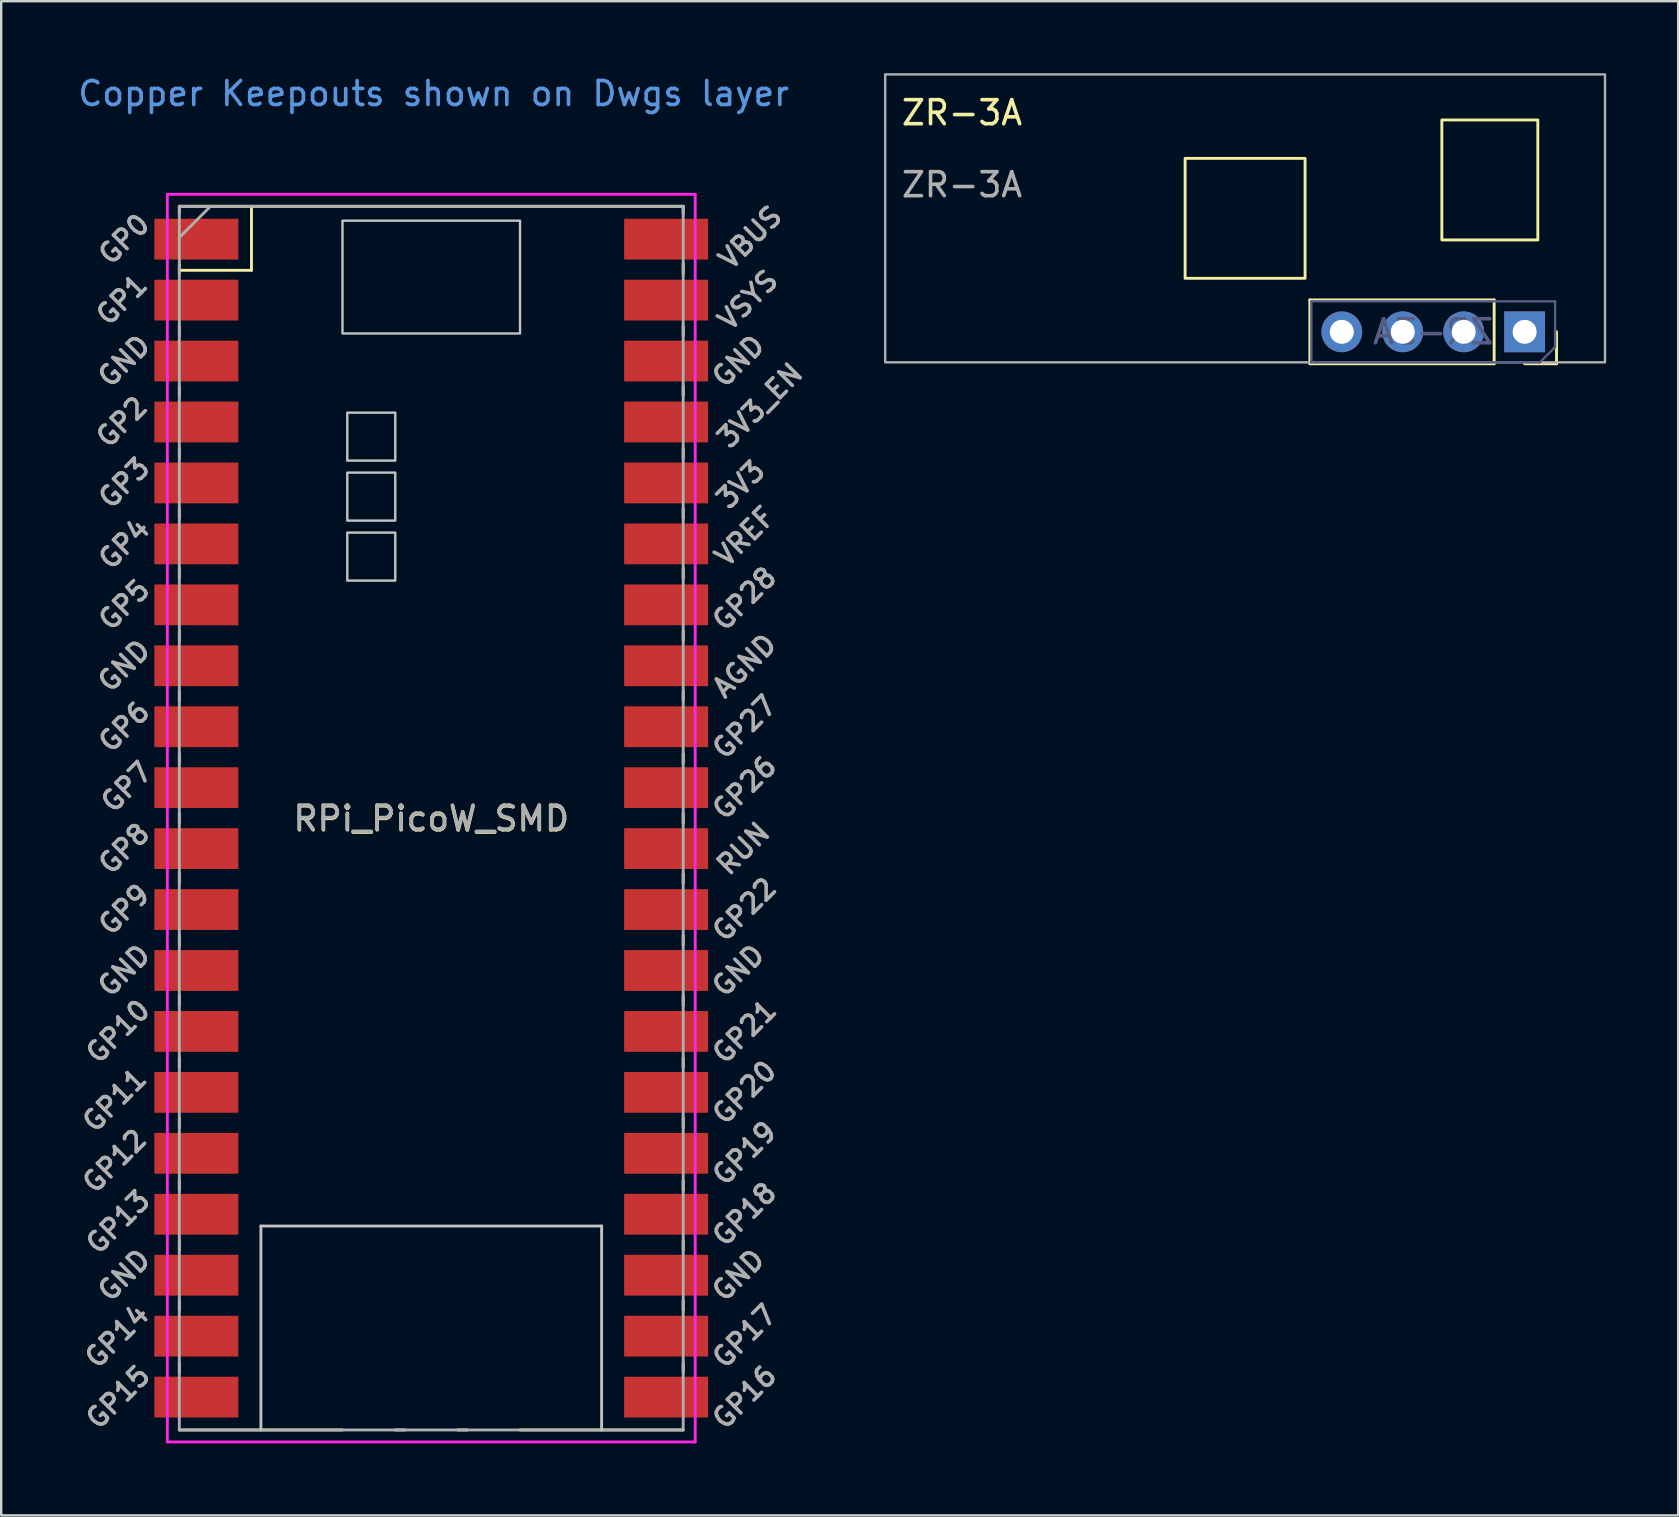
<source format=kicad_pcb>
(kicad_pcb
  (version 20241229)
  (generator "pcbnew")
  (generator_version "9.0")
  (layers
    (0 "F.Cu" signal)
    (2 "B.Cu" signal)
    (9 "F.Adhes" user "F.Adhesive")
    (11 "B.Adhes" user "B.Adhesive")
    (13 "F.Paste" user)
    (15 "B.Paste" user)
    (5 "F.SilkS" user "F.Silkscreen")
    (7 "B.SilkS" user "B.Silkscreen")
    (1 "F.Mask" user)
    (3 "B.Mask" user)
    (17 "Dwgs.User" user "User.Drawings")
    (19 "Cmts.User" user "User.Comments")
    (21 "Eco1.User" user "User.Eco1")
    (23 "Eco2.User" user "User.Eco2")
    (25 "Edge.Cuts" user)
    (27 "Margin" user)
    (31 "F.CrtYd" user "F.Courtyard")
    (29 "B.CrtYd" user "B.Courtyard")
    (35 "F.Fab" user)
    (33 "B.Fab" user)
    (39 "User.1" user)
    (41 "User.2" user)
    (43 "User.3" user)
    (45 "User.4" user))
  (footprint "ZR-3A"
    (layer "F.Cu")
    (at 48.843 6.05)
    (property "Reference" "ZR-3A" (at -11.8 -4.4 0) (unlocked yes) (layer "F.SilkS") (effects (font (size 1 1) (thickness 0.15))))
    (attr through_hole)
    (fp_line (start 2.7 6.06) (end 2.7 3.4) (stroke (width 0.12) (type solid)) (layer "F.SilkS"))
    (fp_line (start 10.38 3.4) (end 2.7 3.4) (stroke (width 0.12) (type solid)) (layer "F.SilkS"))
    (fp_line (start 10.38 6.06) (end 2.7 6.06) (stroke (width 0.12) (type solid)) (layer "F.SilkS"))
    (fp_line (start 10.38 6.06) (end 10.38 3.4) (stroke (width 0.12) (type solid)) (layer "F.SilkS"))
    (fp_line (start 11.65 6.06) (end 12.98 6.06) (stroke (width 0.12) (type solid)) (layer "F.SilkS"))
    (fp_line (start 12.98 6.06) (end 12.98 4.73) (stroke (width 0.12) (type solid)) (layer "F.SilkS"))
    (fp_rect (start -2.5 -2.5) (end 2.5 2.5) (stroke (width 0.12) (type solid)) (fill no) (layer "F.SilkS"))
    (fp_rect (start 8.2 -4.1) (end 12.2 0.9) (stroke (width 0.12) (type solid)) (fill no) (layer "F.SilkS"))
    (fp_line (start 2.76 3.46) (end 2.76 6) (stroke (width 0.1) (type solid)) (layer "B.Fab"))
    (fp_line (start 2.76 6) (end 12.285 6) (stroke (width 0.1) (type solid)) (layer "B.Fab"))
    (fp_line (start 12.285 6) (end 12.92 5.365) (stroke (width 0.1) (type solid)) (layer "B.Fab"))
    (fp_line (start 12.92 3.46) (end 2.76 3.46) (stroke (width 0.1) (type solid)) (layer "B.Fab"))
    (fp_line (start 12.92 5.365) (end 12.92 3.46) (stroke (width 0.1) (type solid)) (layer "B.Fab"))
    (fp_rect (start -15 -6) (end 15 6) (stroke (width 0.1) (type solid)) (fill no) (layer "F.Fab"))
    (fp_text user "${REFERENCE}" (at 7.84 4.73 180) (layer "B.Fab") (effects (font (size 1 1) (thickness 0.15)) (justify mirror)))
    (fp_text user "${REFERENCE}" (at -11.8 -1.4 0) (unlocked yes) (layer "F.Fab") (effects (font (size 1 1) (thickness 0.15))))
    (pad "1" thru_hole rect (at 11.65 4.73 270) (size 1.7 1.7) (drill 1) (layers "*.Cu" "*.Mask"))
    (pad "2" thru_hole oval (at 9.11 4.73 270) (size 1.7 1.7) (drill 1) (layers "*.Cu" "*.Mask"))
    (pad "3" thru_hole oval (at 6.57 4.73 270) (size 1.7 1.7) (drill 1) (layers "*.Cu" "*.Mask"))
    (pad "4" thru_hole oval (at 4.03 4.73 270) (size 1.7 1.7) (drill 1) (layers "*.Cu" "*.Mask"))
    (zone (net_name "") (layers "F.Cu" "B.Cu" "F.SilkS") (hatch edge 0.508) (connect_pads) (min_thickness 0.254) (filled_areas_thickness no) (keepout (tracks not_allowed) (vias not_allowed) (pads not_allowed) (copperpour not_allowed) (footprints not_allowed)) (placement (enabled no)) (fill) (polygon (pts (xy 63.843 12.05) (xy 61.943 12.05) (xy 61.943 9.45) (xy 51.343 9.45) (xy 51.343 12.05) (xy 33.843 12.05) (xy 33.843 0.05) (xy 63.843 0.05)))))
  (footprint "RPi_PicoW_SMD"
    (layer "F.Cu")
    (at 14.928 31.578)
    (property "Reference" "RPi_PicoW_SMD" (at 0 -0.5 0) (unlocked yes) (layer "F.SilkS") (effects (font (size 1 1) (thickness 0.15))))
    (attr smd)
    (fp_line (start -10.504 -26.03) (end -10.504 -25.73) (stroke (width 0.12) (type solid)) (layer "F.SilkS"))
    (fp_line (start -10.504 -26.03) (end 10.496 -26.03) (stroke (width 0.12) (type solid)) (layer "F.SilkS"))
    (fp_line (start -10.504 -23.63) (end -10.504 -23.23) (stroke (width 0.12) (type solid)) (layer "F.SilkS"))
    (fp_line (start -10.504 -23.363) (end -7.497 -23.363) (stroke (width 0.12) (type solid)) (layer "F.SilkS"))
    (fp_line (start -10.504 -21.03) (end -10.504 -20.63) (stroke (width 0.12) (type solid)) (layer "F.SilkS"))
    (fp_line (start -10.504 -18.53) (end -10.504 -18.13) (stroke (width 0.12) (type solid)) (layer "F.SilkS"))
    (fp_line (start -10.504 -15.93) (end -10.504 -15.53) (stroke (width 0.12) (type solid)) (layer "F.SilkS"))
    (fp_line (start -10.504 -13.43) (end -10.504 -13.03) (stroke (width 0.12) (type solid)) (layer "F.SilkS"))
    (fp_line (start -10.504 -10.93) (end -10.504 -10.53) (stroke (width 0.12) (type solid)) (layer "F.SilkS"))
    (fp_line (start -10.504 -8.33) (end -10.504 -7.93) (stroke (width 0.12) (type solid)) (layer "F.SilkS"))
    (fp_line (start -10.504 -5.83) (end -10.504 -5.43) (stroke (width 0.12) (type solid)) (layer "F.SilkS"))
    (fp_line (start -10.504 -3.23) (end -10.504 -2.83) (stroke (width 0.12) (type solid)) (layer "F.SilkS"))
    (fp_line (start -10.504 -0.73) (end -10.504 -0.33) (stroke (width 0.12) (type solid)) (layer "F.SilkS"))
    (fp_line (start -10.504 1.77) (end -10.504 2.17) (stroke (width 0.12) (type solid)) (layer "F.SilkS"))
    (fp_line (start -10.504 4.37) (end -10.504 4.77) (stroke (width 0.12) (type solid)) (layer "F.SilkS"))
    (fp_line (start -10.504 6.87) (end -10.504 7.27) (stroke (width 0.12) (type solid)) (layer "F.SilkS"))
    (fp_line (start -10.504 9.47) (end -10.504 9.87) (stroke (width 0.12) (type solid)) (layer "F.SilkS"))
    (fp_line (start -10.504 11.97) (end -10.504 12.37) (stroke (width 0.12) (type solid)) (layer "F.SilkS"))
    (fp_line (start -10.504 14.57) (end -10.504 14.97) (stroke (width 0.12) (type solid)) (layer "F.SilkS"))
    (fp_line (start -10.504 17.07) (end -10.504 17.47) (stroke (width 0.12) (type solid)) (layer "F.SilkS"))
    (fp_line (start -10.504 19.57) (end -10.504 19.97) (stroke (width 0.12) (type solid)) (layer "F.SilkS"))
    (fp_line (start -10.504 22.17) (end -10.504 22.57) (stroke (width 0.12) (type solid)) (layer "F.SilkS"))
    (fp_line (start -7.497 -23.363) (end -7.497 -26.03) (stroke (width 0.12) (type solid)) (layer "F.SilkS"))
    (fp_line (start -3.704 24.97) (end -10.504 24.97) (stroke (width 0.12) (type solid)) (layer "F.SilkS"))
    (fp_line (start -1.504 24.97) (end -1.104 24.97) (stroke (width 0.12) (type solid)) (layer "F.SilkS"))
    (fp_line (start 1.096 24.97) (end 1.496 24.97) (stroke (width 0.12) (type solid)) (layer "F.SilkS"))
    (fp_line (start 10.496 -26.03) (end 10.496 -25.73) (stroke (width 0.12) (type solid)) (layer "F.SilkS"))
    (fp_line (start 10.496 -23.63) (end 10.496 -23.23) (stroke (width 0.12) (type solid)) (layer "F.SilkS"))
    (fp_line (start 10.496 -21.03) (end 10.496 -20.63) (stroke (width 0.12) (type solid)) (layer "F.SilkS"))
    (fp_line (start 10.496 -18.53) (end 10.496 -18.13) (stroke (width 0.12) (type solid)) (layer "F.SilkS"))
    (fp_line (start 10.496 -15.93) (end 10.496 -15.53) (stroke (width 0.12) (type solid)) (layer "F.SilkS"))
    (fp_line (start 10.496 -13.43) (end 10.496 -13.03) (stroke (width 0.12) (type solid)) (layer "F.SilkS"))
    (fp_line (start 10.496 -10.93) (end 10.496 -10.53) (stroke (width 0.12) (type solid)) (layer "F.SilkS"))
    (fp_line (start 10.496 -8.33) (end 10.496 -7.93) (stroke (width 0.12) (type solid)) (layer "F.SilkS"))
    (fp_line (start 10.496 -5.83) (end 10.496 -5.43) (stroke (width 0.12) (type solid)) (layer "F.SilkS"))
    (fp_line (start 10.496 -3.23) (end 10.496 -2.83) (stroke (width 0.12) (type solid)) (layer "F.SilkS"))
    (fp_line (start 10.496 -0.73) (end 10.496 -0.33) (stroke (width 0.12) (type solid)) (layer "F.SilkS"))
    (fp_line (start 10.496 1.77) (end 10.496 2.17) (stroke (width 0.12) (type solid)) (layer "F.SilkS"))
    (fp_line (start 10.496 4.37) (end 10.496 4.77) (stroke (width 0.12) (type solid)) (layer "F.SilkS"))
    (fp_line (start 10.496 6.87) (end 10.496 7.27) (stroke (width 0.12) (type solid)) (layer "F.SilkS"))
    (fp_line (start 10.496 9.47) (end 10.496 9.87) (stroke (width 0.12) (type solid)) (layer "F.SilkS"))
    (fp_line (start 10.496 11.97) (end 10.496 12.37) (stroke (width 0.12) (type solid)) (layer "F.SilkS"))
    (fp_line (start 10.496 14.57) (end 10.496 14.97) (stroke (width 0.12) (type solid)) (layer "F.SilkS"))
    (fp_line (start 10.496 17.07) (end 10.496 17.47) (stroke (width 0.12) (type solid)) (layer "F.SilkS"))
    (fp_line (start 10.496 19.57) (end 10.496 19.97) (stroke (width 0.12) (type solid)) (layer "F.SilkS"))
    (fp_line (start 10.496 22.17) (end 10.496 22.57) (stroke (width 0.12) (type solid)) (layer "F.SilkS"))
    (fp_line (start 10.496 24.97) (end 3.696 24.97) (stroke (width 0.12) (type solid)) (layer "F.SilkS"))
    (fp_line (start -7.104 16.47) (end 7.096 16.47) (stroke (width 0.12) (type solid)) (layer "Dwgs.User"))
    (fp_line (start -7.104 24.97) (end -7.104 16.47) (stroke (width 0.12) (type solid)) (layer "Dwgs.User"))
    (fp_line (start 7.096 16.47) (end 7.096 24.97) (stroke (width 0.12) (type solid)) (layer "Dwgs.User"))
    (fp_poly (pts (xy -1.504 -15.43) (xy -3.504 -15.43) (xy -3.504 -17.43) (xy -1.504 -17.43)) (stroke (width 0.1) (type solid)) (fill no) (layer "Dwgs.User"))
    (fp_poly (pts (xy -1.504 -12.93) (xy -3.504 -12.93) (xy -3.504 -14.93) (xy -1.504 -14.93)) (stroke (width 0.1) (type solid)) (fill no) (layer "Dwgs.User"))
    (fp_poly (pts (xy -1.504 -10.43) (xy -3.504 -10.43) (xy -3.504 -12.43) (xy -1.504 -12.43)) (stroke (width 0.1) (type solid)) (fill no) (layer "Dwgs.User"))
    (fp_poly (pts (xy 3.696 -20.73) (xy -3.704 -20.73) (xy -3.704 -25.43) (xy 3.696 -25.43)) (stroke (width 0.1) (type solid)) (fill no) (layer "Dwgs.User"))
    (fp_line (start -11.004 -26.53) (end 10.996 -26.53) (stroke (width 0.12) (type solid)) (layer "F.CrtYd"))
    (fp_line (start -11.004 25.47) (end -11.004 -26.53) (stroke (width 0.12) (type solid)) (layer "F.CrtYd"))
    (fp_line (start 10.996 -26.53) (end 10.996 25.47) (stroke (width 0.12) (type solid)) (layer "F.CrtYd"))
    (fp_line (start 10.996 25.47) (end -11.004 25.47) (stroke (width 0.12) (type solid)) (layer "F.CrtYd"))
    (fp_line (start -10.504 -26.03) (end 10.496 -26.03) (stroke (width 0.12) (type solid)) (layer "F.Fab"))
    (fp_line (start -10.504 -24.73) (end -9.204 -26.03) (stroke (width 0.12) (type solid)) (layer "F.Fab"))
    (fp_line (start -10.504 24.97) (end -10.504 -26.03) (stroke (width 0.12) (type solid)) (layer "F.Fab"))
    (fp_line (start 10.496 -26.03) (end 10.496 24.97) (stroke (width 0.12) (type solid)) (layer "F.Fab"))
    (fp_line (start 10.496 24.97) (end -10.504 24.97) (stroke (width 0.12) (type solid)) (layer "F.Fab"))
    (fp_text user "Copper Keepouts shown on Dwgs layer" (at 0.096 -30.73 0) (layer "Cmts.User") (effects (font (size 1 1) (thickness 0.15))))
    (fp_text user "GND" (at 12.796 5.82 45) (layer "F.Fab") (effects (font (size 0.8 0.8) (thickness 0.15))))
    (fp_text user "GP3" (at -12.804 -14.5 45) (layer "F.Fab") (effects (font (size 0.8 0.8) (thickness 0.15))))
    (fp_text user "GP15" (at -13.058 23.6 45) (layer "F.Fab") (effects (font (size 0.8 0.8) (thickness 0.15))))
    (fp_text user "GND" (at 12.796 18.52 45) (layer "F.Fab") (effects (font (size 0.8 0.8) (thickness 0.15))))
    (fp_text user "GP27" (at 13.05 -4.33 45) (layer "F.Fab") (effects (font (size 0.8 0.8) (thickness 0.15))))
    (fp_text user "GP12" (at -13.204 13.762 45) (layer "F.Fab") (effects (font (size 0.8 0.8) (thickness 0.15))))
    (fp_text user "GP19" (at 13.05 13.44 45) (layer "F.Fab") (effects (font (size 0.8 0.8) (thickness 0.15))))
    (fp_text user "GP17" (at 13.05 21.06 45) (layer "F.Fab") (effects (font (size 0.8 0.8) (thickness 0.15))))
    (fp_text user "GP9" (at -12.804 3.28 45) (layer "F.Fab") (effects (font (size 0.8 0.8) (thickness 0.15))))
    (fp_text user "GND" (at -12.804 -6.88 45) (layer "F.Fab") (effects (font (size 0.8 0.8) (thickness 0.15))))
    (fp_text user "GP18" (at 13.05 15.98 45) (layer "F.Fab") (effects (font (size 0.8 0.8) (thickness 0.15))))
    (fp_text user "GP20" (at 13.05 10.9 45) (layer "F.Fab") (effects (font (size 0.8 0.8) (thickness 0.15))))
    (fp_text user "GP7" (at -12.704 -1.83 45) (layer "F.Fab") (effects (font (size 0.8 0.8) (thickness 0.15))))
    (fp_text user "VBUS" (at 13.296 -24.73 45) (layer "F.Fab") (effects (font (size 0.8 0.8) (thickness 0.15))))
    (fp_text user "GP22" (at 13.05 3.28 45) (layer "F.Fab") (effects (font (size 0.8 0.8) (thickness 0.15))))
    (fp_text user "GND" (at 12.796 -19.58 45) (layer "F.Fab") (effects (font (size 0.8 0.8) (thickness 0.15))))
    (fp_text user "AGND" (at 13.05 -6.88 45) (layer "F.Fab") (effects (font (size 0.8 0.8) (thickness 0.15))))
    (fp_text user "GP28" (at 13.05 -9.674 45) (layer "F.Fab") (effects (font (size 0.8 0.8) (thickness 0.15))))
    (fp_text user "GP6" (at -12.804 -4.34 45) (layer "F.Fab") (effects (font (size 0.8 0.8) (thickness 0.15))))
    (fp_text user "GP1" (at -12.904 -22.13 45) (layer "F.Fab") (effects (font (size 0.8 0.8) (thickness 0.15))))
    (fp_text user "GP5" (at -12.804 -9.42 45) (layer "F.Fab") (effects (font (size 0.8 0.8) (thickness 0.15))))
    (fp_text user "GP0" (at -12.804 -24.66 45) (layer "F.Fab") (effects (font (size 0.8 0.8) (thickness 0.15))))
    (fp_text user "GND" (at -12.804 5.82 45) (layer "F.Fab") (effects (font (size 0.8 0.8) (thickness 0.15))))
    (fp_text user "GP21" (at 13.05 8.37 45) (layer "F.Fab") (effects (font (size 0.8 0.8) (thickness 0.15))))
    (fp_text user "GP8" (at -12.804 0.74 45) (layer "F.Fab") (effects (font (size 0.8 0.8) (thickness 0.15))))
    (fp_text user "3V3_EN" (at 13.696 -17.73 45) (layer "F.Fab") (effects (font (size 0.8 0.8) (thickness 0.15))))
    (fp_text user "GP13" (at -13.058 16.302 45) (layer "F.Fab") (effects (font (size 0.8 0.8) (thickness 0.15))))
    (fp_text user "VREF" (at 13.063 -12.273 45) (layer "F.Fab") (effects (font (size 0.8 0.8) (thickness 0.15))))
    (fp_text user "GND" (at -12.804 -19.58 45) (layer "F.Fab") (effects (font (size 0.8 0.8) (thickness 0.15))))
    (fp_text user "GP10" (at -13.058 8.36 45) (layer "F.Fab") (effects (font (size 0.8 0.8) (thickness 0.15))))
    (fp_text user "RUN" (at 12.996 0.74 45) (layer "F.Fab") (effects (font (size 0.8 0.8) (thickness 0.15))))
    (fp_text user "3V3" (at 12.896 -14.43 45) (layer "F.Fab") (effects (font (size 0.8 0.8) (thickness 0.15))))
    (fp_text user "GND" (at -12.804 18.52 45) (layer "F.Fab") (effects (font (size 0.8 0.8) (thickness 0.15))))
    (fp_text user "GP26" (at 13.05 -1.8 45) (layer "F.Fab") (effects (font (size 0.8 0.8) (thickness 0.15))))
    (fp_text user "GP14" (at -13.104 21.06 45) (layer "F.Fab") (effects (font (size 0.8 0.8) (thickness 0.15))))
    (fp_text user "GP2" (at -12.904 -17.04 45) (layer "F.Fab") (effects (font (size 0.8 0.8) (thickness 0.15))))
    (fp_text user "GP16" (at 13.05 23.6 45) (layer "F.Fab") (effects (font (size 0.8 0.8) (thickness 0.15))))
    (fp_text user "GP4" (at -12.804 -11.96 45) (layer "F.Fab") (effects (font (size 0.8 0.8) (thickness 0.15))))
    (fp_text user "GP11" (at -13.204 11.223 45) (layer "F.Fab") (effects (font (size 0.8 0.8) (thickness 0.15))))
    (fp_text user "${REFERENCE}" (at -0.004 -0.53 180) (layer "F.Fab") (effects (font (size 1 1) (thickness 0.15))))
    (fp_text user "VSYS" (at 13.196 -22.12 45) (layer "F.Fab") (effects (font (size 0.8 0.8) (thickness 0.15))))
    (pad "1" smd rect (at -8.894 -24.66) (size 3.5 1.7) (drill (offset -0.9 0)) (layers "F.Cu" "F.Mask"))
    (pad "2" smd rect (at -8.894 -22.12) (size 3.5 1.7) (drill (offset -0.9 0)) (layers "F.Cu" "F.Mask"))
    (pad "3" smd rect (at -8.894 -19.58) (size 3.5 1.7) (drill (offset -0.9 0)) (layers "F.Cu" "F.Mask"))
    (pad "4" smd rect (at -8.894 -17.04) (size 3.5 1.7) (drill (offset -0.9 0)) (layers "F.Cu" "F.Mask"))
    (pad "5" smd rect (at -8.894 -14.5) (size 3.5 1.7) (drill (offset -0.9 0)) (layers "F.Cu" "F.Mask"))
    (pad "6" smd rect (at -8.894 -11.96) (size 3.5 1.7) (drill (offset -0.9 0)) (layers "F.Cu" "F.Mask"))
    (pad "7" smd rect (at -8.894 -9.42) (size 3.5 1.7) (drill (offset -0.9 0)) (layers "F.Cu" "F.Mask"))
    (pad "8" smd rect (at -8.894 -6.88) (size 3.5 1.7) (drill (offset -0.9 0)) (layers "F.Cu" "F.Mask"))
    (pad "9" smd rect (at -8.894 -4.34) (size 3.5 1.7) (drill (offset -0.9 0)) (layers "F.Cu" "F.Mask"))
    (pad "10" smd rect (at -8.894 -1.8) (size 3.5 1.7) (drill (offset -0.9 0)) (layers "F.Cu" "F.Mask"))
    (pad "11" smd rect (at -8.894 0.74) (size 3.5 1.7) (drill (offset -0.9 0)) (layers "F.Cu" "F.Mask"))
    (pad "12" smd rect (at -8.894 3.28) (size 3.5 1.7) (drill (offset -0.9 0)) (layers "F.Cu" "F.Mask"))
    (pad "13" smd rect (at -8.894 5.82) (size 3.5 1.7) (drill (offset -0.9 0)) (layers "F.Cu" "F.Mask"))
    (pad "14" smd rect (at -8.894 8.36) (size 3.5 1.7) (drill (offset -0.9 0)) (layers "F.Cu" "F.Mask"))
    (pad "15" smd rect (at -8.894 10.9) (size 3.5 1.7) (drill (offset -0.9 0)) (layers "F.Cu" "F.Mask"))
    (pad "16" smd rect (at -8.894 13.44) (size 3.5 1.7) (drill (offset -0.9 0)) (layers "F.Cu" "F.Mask"))
    (pad "17" smd rect (at -8.894 15.98) (size 3.5 1.7) (drill (offset -0.9 0)) (layers "F.Cu" "F.Mask"))
    (pad "18" smd rect (at -8.894 18.52) (size 3.5 1.7) (drill (offset -0.9 0)) (layers "F.Cu" "F.Mask"))
    (pad "19" smd rect (at -8.894 21.06) (size 3.5 1.7) (drill (offset -0.9 0)) (layers "F.Cu" "F.Mask"))
    (pad "20" smd rect (at -8.894 23.6) (size 3.5 1.7) (drill (offset -0.9 0)) (layers "F.Cu" "F.Mask"))
    (pad "21" smd rect (at 8.886 23.6) (size 3.5 1.7) (drill (offset 0.9 0)) (layers "F.Cu" "F.Mask"))
    (pad "22" smd rect (at 8.886 21.06) (size 3.5 1.7) (drill (offset 0.9 0)) (layers "F.Cu" "F.Mask"))
    (pad "23" smd rect (at 8.886 18.52) (size 3.5 1.7) (drill (offset 0.9 0)) (layers "F.Cu" "F.Mask"))
    (pad "24" smd rect (at 8.886 15.98) (size 3.5 1.7) (drill (offset 0.9 0)) (layers "F.Cu" "F.Mask"))
    (pad "25" smd rect (at 8.886 13.44) (size 3.5 1.7) (drill (offset 0.9 0)) (layers "F.Cu" "F.Mask"))
    (pad "26" smd rect (at 8.886 10.9) (size 3.5 1.7) (drill (offset 0.9 0)) (layers "F.Cu" "F.Mask"))
    (pad "27" smd rect (at 8.886 8.36) (size 3.5 1.7) (drill (offset 0.9 0)) (layers "F.Cu" "F.Mask"))
    (pad "28" smd rect (at 8.886 5.82) (size 3.5 1.7) (drill (offset 0.9 0)) (layers "F.Cu" "F.Mask"))
    (pad "29" smd rect (at 8.886 3.28) (size 3.5 1.7) (drill (offset 0.9 0)) (layers "F.Cu" "F.Mask"))
    (pad "30" smd rect (at 8.886 0.74) (size 3.5 1.7) (drill (offset 0.9 0)) (layers "F.Cu" "F.Mask"))
    (pad "31" smd rect (at 8.886 -1.8) (size 3.5 1.7) (drill (offset 0.9 0)) (layers "F.Cu" "F.Mask"))
    (pad "32" smd rect (at 8.886 -4.34) (size 3.5 1.7) (drill (offset 0.9 0)) (layers "F.Cu" "F.Mask"))
    (pad "33" smd rect (at 8.886 -6.88) (size 3.5 1.7) (drill (offset 0.9 0)) (layers "F.Cu" "F.Mask"))
    (pad "34" smd rect (at 8.886 -9.42) (size 3.5 1.7) (drill (offset 0.9 0)) (layers "F.Cu" "F.Mask"))
    (pad "35" smd rect (at 8.886 -11.96) (size 3.5 1.7) (drill (offset 0.9 0)) (layers "F.Cu" "F.Mask"))
    (pad "36" smd rect (at 8.886 -14.5) (size 3.5 1.7) (drill (offset 0.9 0)) (layers "F.Cu" "F.Mask"))
    (pad "37" smd rect (at 8.886 -17.04) (size 3.5 1.7) (drill (offset 0.9 0)) (layers "F.Cu" "F.Mask"))
    (pad "38" smd rect (at 8.886 -19.58) (size 3.5 1.7) (drill (offset 0.9 0)) (layers "F.Cu" "F.Mask"))
    (pad "39" smd rect (at 8.886 -22.12) (size 3.5 1.7) (drill (offset 0.9 0)) (layers "F.Cu" "F.Mask"))
    (pad "40" smd rect (at 8.886 -24.66) (size 3.5 1.7) (drill (offset 0.9 0)) (layers "F.Cu" "F.Mask"))
    (zone (net_name "") (layers "F.Cu" "B.Cu") (hatch edge 0.508) (connect_pads) (min_thickness 0.254) (filled_areas_thickness no) (keepout (tracks not_allowed) (vias not_allowed) (pads not_allowed) (copperpour not_allowed) (footprints not_allowed)) (placement (enabled no)) (fill) (polygon (pts (xy 22.024 56.578) (xy 7.778 56.578) (xy 7.778 47.978) (xy 22.078 47.978)))))
  (gr_rect
    (start -3 -3)
    (end 66.893 60.108)
    (stroke (width 0.1) (type default))
    (fill no)
    (layer "Edge.Cuts")))
</source>
